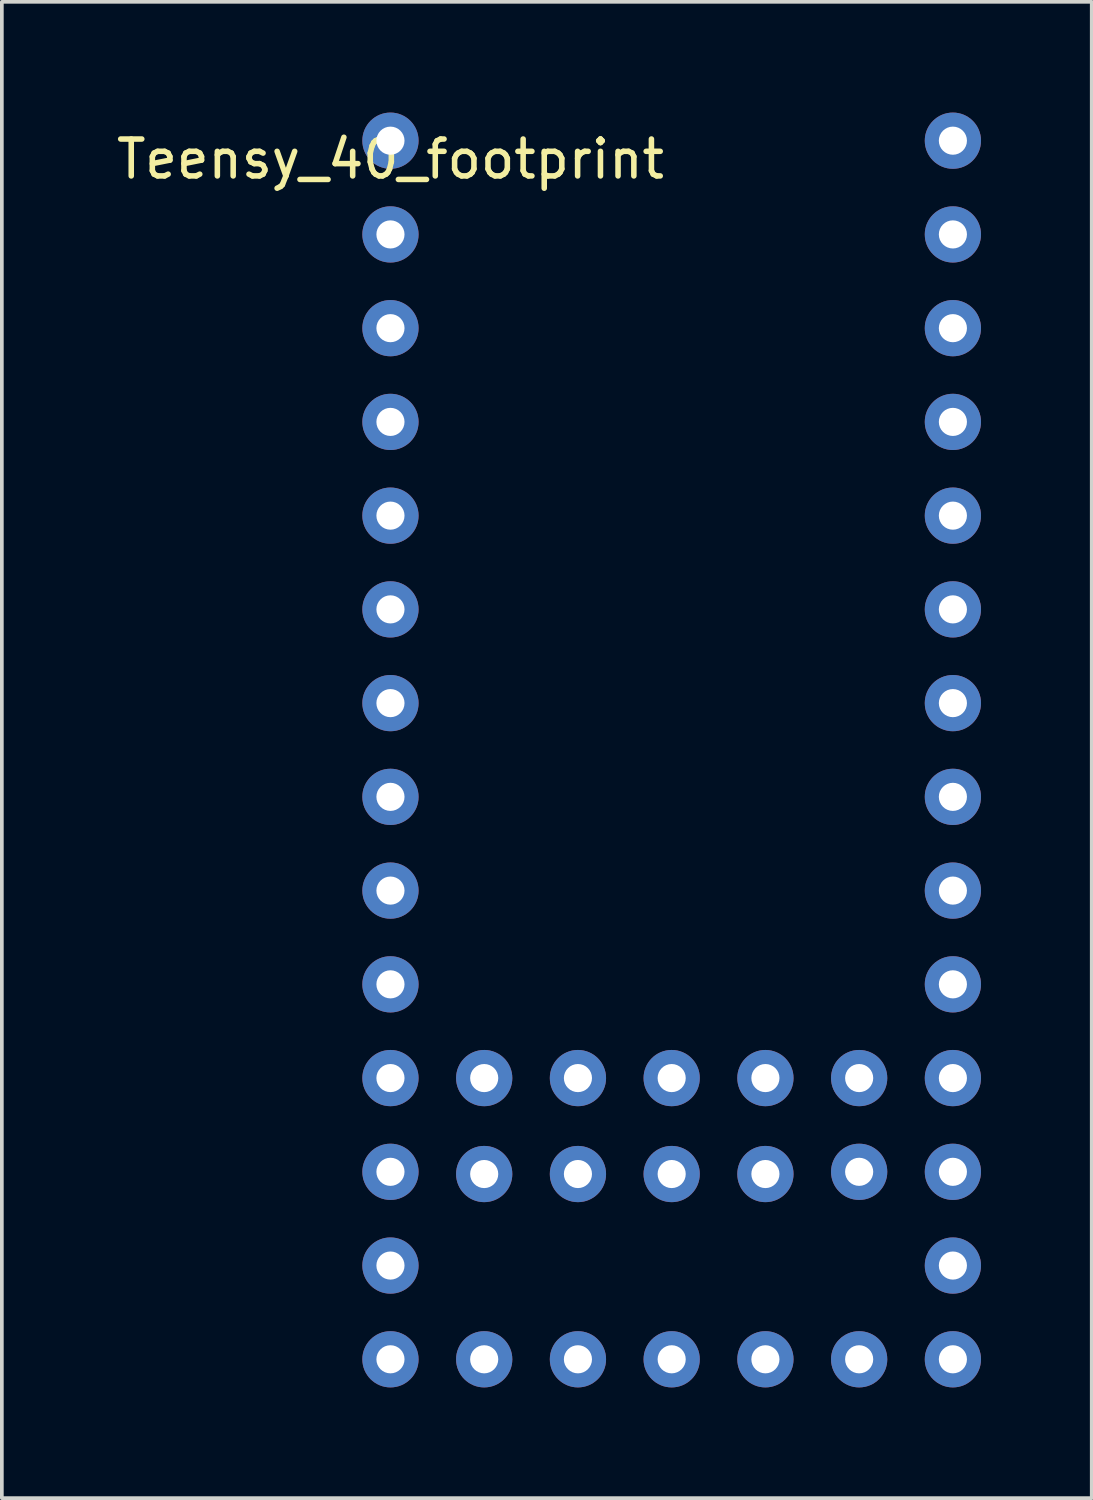
<source format=kicad_pcb>
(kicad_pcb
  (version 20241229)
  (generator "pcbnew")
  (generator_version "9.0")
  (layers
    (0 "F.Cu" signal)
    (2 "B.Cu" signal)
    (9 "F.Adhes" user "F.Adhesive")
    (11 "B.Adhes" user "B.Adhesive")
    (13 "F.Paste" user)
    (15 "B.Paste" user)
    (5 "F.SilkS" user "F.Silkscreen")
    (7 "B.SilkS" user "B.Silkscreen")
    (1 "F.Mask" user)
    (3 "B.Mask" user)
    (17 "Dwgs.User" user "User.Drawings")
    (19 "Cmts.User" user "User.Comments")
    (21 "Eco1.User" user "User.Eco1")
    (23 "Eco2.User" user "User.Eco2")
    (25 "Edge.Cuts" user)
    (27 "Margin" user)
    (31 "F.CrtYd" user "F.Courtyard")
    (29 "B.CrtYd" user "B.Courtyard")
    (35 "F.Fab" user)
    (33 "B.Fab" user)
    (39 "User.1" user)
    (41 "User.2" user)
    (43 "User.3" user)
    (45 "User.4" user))
  (footprint "Teensy_40_footprint"
    (layer "F.Cu")
    (at 7.53 0.762)
    (property "Reference" "Teensy_40_footprint" (at 0 0.5 0) (layer "F.SilkS") (effects (font (size 1 1) (thickness 0.15))))
    (attr through_hole)
    (pad "1" thru_hole circle (at 0 0) (size 1.524 1.524) (drill 0.762) (layers "*.Cu" "*.Mask"))
    (pad "2" thru_hole circle (at 15.24 0) (size 1.524 1.524) (drill 0.762) (layers "*.Cu" "*.Mask"))
    (pad "3" thru_hole circle (at 0 2.54) (size 1.524 1.524) (drill 0.762) (layers "*.Cu" "*.Mask"))
    (pad "4" thru_hole circle (at 15.24 2.54) (size 1.524 1.524) (drill 0.762) (layers "*.Cu" "*.Mask"))
    (pad "5" thru_hole circle (at 0 5.08) (size 1.524 1.524) (drill 0.762) (layers "*.Cu" "*.Mask"))
    (pad "6" thru_hole circle (at 15.24 5.08) (size 1.524 1.524) (drill 0.762) (layers "*.Cu" "*.Mask"))
    (pad "7" thru_hole circle (at 0 7.62) (size 1.524 1.524) (drill 0.762) (layers "*.Cu" "*.Mask"))
    (pad "8" thru_hole circle (at 15.24 7.62) (size 1.524 1.524) (drill 0.762) (layers "*.Cu" "*.Mask"))
    (pad "9" thru_hole circle (at 0 10.16) (size 1.524 1.524) (drill 0.762) (layers "*.Cu" "*.Mask"))
    (pad "10" thru_hole circle (at 15.24 10.16) (size 1.524 1.524) (drill 0.762) (layers "*.Cu" "*.Mask"))
    (pad "11" thru_hole circle (at 0 12.7) (size 1.524 1.524) (drill 0.762) (layers "*.Cu" "*.Mask"))
    (pad "12" thru_hole circle (at 15.24 12.7) (size 1.524 1.524) (drill 0.762) (layers "*.Cu" "*.Mask"))
    (pad "13" thru_hole circle (at 0 15.24) (size 1.524 1.524) (drill 0.762) (layers "*.Cu" "*.Mask"))
    (pad "14" thru_hole circle (at 15.24 15.24) (size 1.524 1.524) (drill 0.762) (layers "*.Cu" "*.Mask"))
    (pad "15" thru_hole circle (at 0 17.78) (size 1.524 1.524) (drill 0.762) (layers "*.Cu" "*.Mask"))
    (pad "16" thru_hole circle (at 15.24 17.78) (size 1.524 1.524) (drill 0.762) (layers "*.Cu" "*.Mask"))
    (pad "17" thru_hole circle (at 0 20.32) (size 1.524 1.524) (drill 0.762) (layers "*.Cu" "*.Mask"))
    (pad "18" thru_hole circle (at 15.24 20.32) (size 1.524 1.524) (drill 0.762) (layers "*.Cu" "*.Mask"))
    (pad "19" thru_hole circle (at 0 22.86) (size 1.524 1.524) (drill 0.762) (layers "*.Cu" "*.Mask"))
    (pad "20" thru_hole circle (at 15.24 22.86) (size 1.524 1.524) (drill 0.762) (layers "*.Cu" "*.Mask"))
    (pad "21" thru_hole circle (at 0 25.4) (size 1.524 1.524) (drill 0.762) (layers "*.Cu" "*.Mask"))
    (pad "22" thru_hole circle (at 15.24 25.4) (size 1.524 1.524) (drill 0.762) (layers "*.Cu" "*.Mask"))
    (pad "23" thru_hole circle (at 0 27.94) (size 1.524 1.524) (drill 0.762) (layers "*.Cu" "*.Mask"))
    (pad "24" thru_hole circle (at 15.24 27.94) (size 1.524 1.524) (drill 0.762) (layers "*.Cu" "*.Mask"))
    (pad "25" thru_hole circle (at 0 30.48) (size 1.524 1.524) (drill 0.762) (layers "*.Cu" "*.Mask"))
    (pad "26" thru_hole circle (at 15.24 30.48) (size 1.524 1.524) (drill 0.762) (layers "*.Cu" "*.Mask"))
    (pad "27" thru_hole circle (at 0 33.02) (size 1.524 1.524) (drill 0.762) (layers "*.Cu" "*.Mask"))
    (pad "28" thru_hole circle (at 15.24 33.02) (size 1.524 1.524) (drill 0.762) (layers "*.Cu" "*.Mask"))
    (pad "29" thru_hole circle (at 2.54 33.02) (size 1.524 1.524) (drill 0.762) (layers "*.Cu" "*.Mask"))
    (pad "30" thru_hole circle (at 5.08 33.02) (size 1.524 1.524) (drill 0.762) (layers "*.Cu" "*.Mask"))
    (pad "31" thru_hole circle (at 7.62 33.02) (size 1.524 1.524) (drill 0.762) (layers "*.Cu" "*.Mask"))
    (pad "32" thru_hole circle (at 10.16 33.02) (size 1.524 1.524) (drill 0.762) (layers "*.Cu" "*.Mask"))
    (pad "33" thru_hole circle (at 12.7 33.02) (size 1.524 1.524) (drill 0.762) (layers "*.Cu" "*.Mask"))
    (pad "34" thru_hole circle (at 2.54 28) (size 1.524 1.524) (drill 0.762) (layers "*.Cu" "*.Mask"))
    (pad "35" thru_hole circle (at 5.08 28) (size 1.524 1.524) (drill 0.762) (layers "*.Cu" "*.Mask"))
    (pad "36" thru_hole circle (at 7.62 28) (size 1.524 1.524) (drill 0.762) (layers "*.Cu" "*.Mask"))
    (pad "37" thru_hole circle (at 10.16 28) (size 1.524 1.524) (drill 0.762) (layers "*.Cu" "*.Mask"))
    (pad "38" thru_hole circle (at 12.7 27.94) (size 1.524 1.524) (drill 0.762) (layers "*.Cu" "*.Mask"))
    (pad "39" thru_hole circle (at 2.54 25.4) (size 1.524 1.524) (drill 0.762) (layers "*.Cu" "*.Mask"))
    (pad "40" thru_hole circle (at 5.08 25.4) (size 1.524 1.524) (drill 0.762) (layers "*.Cu" "*.Mask"))
    (pad "41" thru_hole circle (at 7.62 25.4) (size 1.524 1.524) (drill 0.762) (layers "*.Cu" "*.Mask"))
    (pad "42" thru_hole circle (at 10.16 25.4) (size 1.524 1.524) (drill 0.762) (layers "*.Cu" "*.Mask"))
    (pad "43" thru_hole circle (at 12.7 25.4) (size 1.524 1.524) (drill 0.762) (layers "*.Cu" "*.Mask")))
  (gr_rect
    (start -3 -3)
    (end 26.532 37.544)
    (stroke (width 0.1) (type default))
    (fill no)
    (layer "Edge.Cuts")))
</source>
